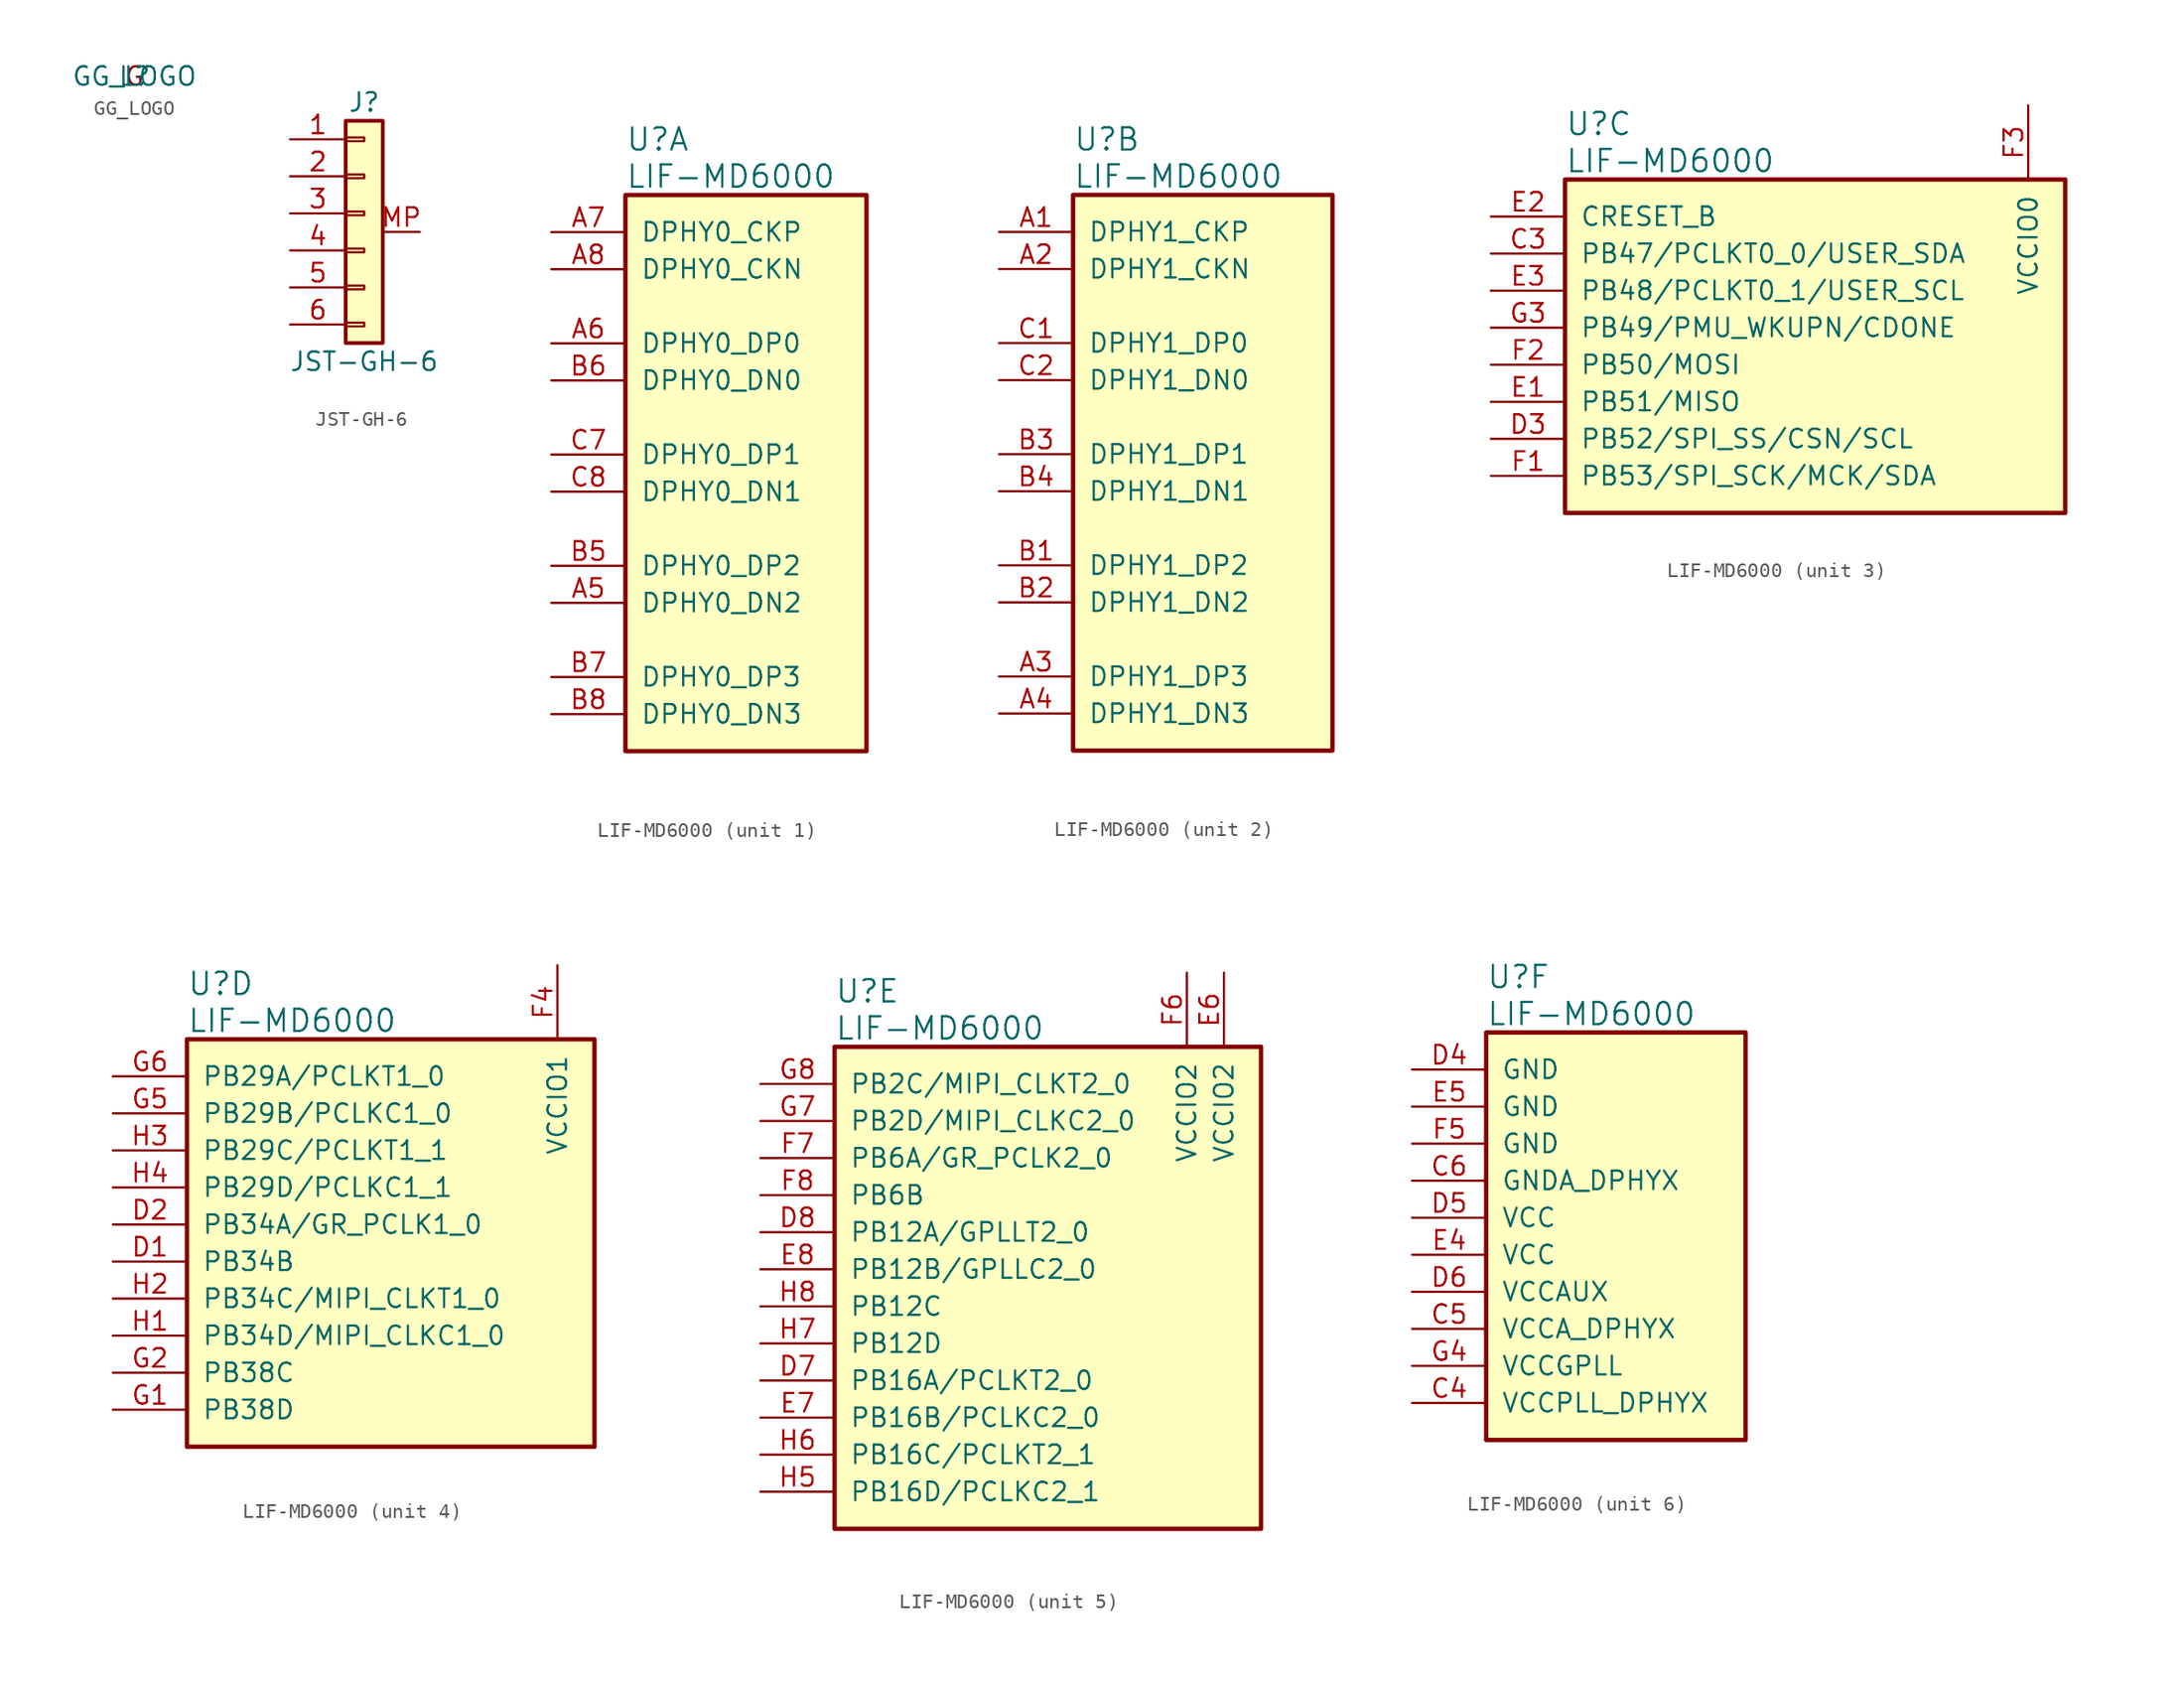
<source format=kicad_sym>
(kicad_symbol_lib
  (version 20201005)
  (generator kicad_symbol_editor)
  (symbol "kimchi_ulid:GG_LOGO"
    (pin_names
      (offset 1.016))
    (property "Reference" "L"
      (at 0 0 0)
      (effects (font (size 1.27 1.27))))
    (property "Value" "GG_LOGO"
      (at 0 0 0)
      (effects (font (size 1.27 1.27))))
    (symbol "GG_LOGO_0_0"
      (text "G" (at 0 0 0) (effects (font (size 1.27 1.27))))))
  (symbol "kimchi_ulid:JST-GH-6"
    (pin_names
      (offset 1.016) hide)
    (property "Reference" "J"
      (at 0 7.62 0)
      (effects (font (size 1.27 1.27))))
    (property "Value" "JST-GH-6"
      (at 0 -10.16 0)
      (effects (font (size 1.27 1.27))))
    (symbol "JST-GH-6_1_1"
      (rectangle (start -1.27 -7.493) (end 0 -7.747) (stroke (width 0.152)) (fill (type none)))
      (rectangle (start -1.27 -4.953) (end 0 -5.207) (stroke (width 0.152)) (fill (type none)))
      (rectangle (start -1.27 -2.413) (end 0 -2.667) (stroke (width 0.152)) (fill (type none)))
      (rectangle (start -1.27 0.127) (end 0 -0.127) (stroke (width 0.152)) (fill (type none)))
      (rectangle (start -1.27 2.667) (end 0 2.413) (stroke (width 0.152)) (fill (type none)))
      (rectangle (start -1.27 5.207) (end 0 4.953) (stroke (width 0.152)) (fill (type none)))
      (rectangle (start -1.27 6.35) (end 1.27 -8.89) (stroke (width 0.254)) (fill (type background)))
      (pin passive line (at -5.08 5.08 0) (length 3.81) (name "Pin_1" (effects (font (size 1.27 1.27)))) (number "1" (effects (font (size 1.27 1.27)))))
      (pin passive line (at -5.08 2.54 0) (length 3.81) (name "Pin_2" (effects (font (size 1.27 1.27)))) (number "2" (effects (font (size 1.27 1.27)))))
      (pin passive line (at -5.08 0 0) (length 3.81) (name "Pin_3" (effects (font (size 1.27 1.27)))) (number "3" (effects (font (size 1.27 1.27)))))
      (pin passive line (at -5.08 -2.54 0) (length 3.81) (name "Pin_4" (effects (font (size 1.27 1.27)))) (number "4" (effects (font (size 1.27 1.27)))))
      (pin passive line (at -5.08 -5.08 0) (length 3.81) (name "Pin_5" (effects (font (size 1.27 1.27)))) (number "5" (effects (font (size 1.27 1.27)))))
      (pin passive line (at -5.08 -7.62 0) (length 3.81) (name "Pin_6" (effects (font (size 1.27 1.27)))) (number "6" (effects (font (size 1.27 1.27)))))
      (pin passive line (at 3.81 -1.27 180) (length 2.54) (name "GND" (effects (font (size 1.27 1.27)))) (number "MP" (effects (font (size 1.27 1.27)))))))
  (symbol "kimchi_ulid:LIF-MD6000"
    (pin_names
      (offset 1.016))
    (property "Reference" "U"
      (at 5.08 6.35 0)
      (effects (font (size 1.524 1.524)) (justify left)))
    (property "Value" "LIF-MD6000"
      (at 5.08 3.81 0)
      (effects (font (size 1.524 1.524)) (justify left)))
    (property "ki_locked" ""
      (at 0 0 0)
      (effects (font (size 1.27 1.27))))
    (symbol "LIF-MD6000_1_1"
      (rectangle (start 5.08 2.54) (end 21.59 -35.56) (stroke (width 0.3)) (fill (type background)))
      (pin bidirectional line (at 0 -25.4 0) (length 5.08) (name "DPHY0_DN2" (effects (font (size 1.27 1.27)))) (number "A5" (effects (font (size 1.27 1.27)))))
      (pin bidirectional line (at 0 -7.62 0) (length 5.08) (name "DPHY0_DP0" (effects (font (size 1.27 1.27)))) (number "A6" (effects (font (size 1.27 1.27)))))
      (pin bidirectional line (at 0 0 0) (length 5.08) (name "DPHY0_CKP" (effects (font (size 1.27 1.27)))) (number "A7" (effects (font (size 1.27 1.27)))))
      (pin bidirectional line (at 0 -2.54 0) (length 5.08) (name "DPHY0_CKN" (effects (font (size 1.27 1.27)))) (number "A8" (effects (font (size 1.27 1.27)))))
      (pin bidirectional line (at 0 -22.86 0) (length 5.08) (name "DPHY0_DP2" (effects (font (size 1.27 1.27)))) (number "B5" (effects (font (size 1.27 1.27)))))
      (pin bidirectional line (at 0 -10.16 0) (length 5.08) (name "DPHY0_DN0" (effects (font (size 1.27 1.27)))) (number "B6" (effects (font (size 1.27 1.27)))))
      (pin bidirectional line (at 0 -30.48 0) (length 5.08) (name "DPHY0_DP3" (effects (font (size 1.27 1.27)))) (number "B7" (effects (font (size 1.27 1.27)))))
      (pin bidirectional line (at 0 -33.02 0) (length 5.08) (name "DPHY0_DN3" (effects (font (size 1.27 1.27)))) (number "B8" (effects (font (size 1.27 1.27)))))
      (pin bidirectional line (at 0 -15.24 0) (length 5.08) (name "DPHY0_DP1" (effects (font (size 1.27 1.27)))) (number "C7" (effects (font (size 1.27 1.27)))))
      (pin bidirectional line (at 0 -17.78 0) (length 5.08) (name "DPHY0_DN1" (effects (font (size 1.27 1.27)))) (number "C8" (effects (font (size 1.27 1.27))))))
    (symbol "LIF-MD6000_2_1"
      (rectangle (start 5.08 2.54) (end 22.86 -35.56) (stroke (width 0.3)) (fill (type background)))
      (pin bidirectional line (at 0 0 0) (length 5.08) (name "DPHY1_CKP" (effects (font (size 1.27 1.27)))) (number "A1" (effects (font (size 1.27 1.27)))))
      (pin bidirectional line (at 0 -2.54 0) (length 5.08) (name "DPHY1_CKN" (effects (font (size 1.27 1.27)))) (number "A2" (effects (font (size 1.27 1.27)))))
      (pin bidirectional line (at 0 -30.48 0) (length 5.08) (name "DPHY1_DP3" (effects (font (size 1.27 1.27)))) (number "A3" (effects (font (size 1.27 1.27)))))
      (pin bidirectional line (at 0 -33.02 0) (length 5.08) (name "DPHY1_DN3" (effects (font (size 1.27 1.27)))) (number "A4" (effects (font (size 1.27 1.27)))))
      (pin bidirectional line (at 0 -22.86 0) (length 5.08) (name "DPHY1_DP2" (effects (font (size 1.27 1.27)))) (number "B1" (effects (font (size 1.27 1.27)))))
      (pin bidirectional line (at 0 -25.4 0) (length 5.08) (name "DPHY1_DN2" (effects (font (size 1.27 1.27)))) (number "B2" (effects (font (size 1.27 1.27)))))
      (pin bidirectional line (at 0 -15.24 0) (length 5.08) (name "DPHY1_DP1" (effects (font (size 1.27 1.27)))) (number "B3" (effects (font (size 1.27 1.27)))))
      (pin bidirectional line (at 0 -17.78 0) (length 5.08) (name "DPHY1_DN1" (effects (font (size 1.27 1.27)))) (number "B4" (effects (font (size 1.27 1.27)))))
      (pin bidirectional line (at 0 -7.62 0) (length 5.08) (name "DPHY1_DP0" (effects (font (size 1.27 1.27)))) (number "C1" (effects (font (size 1.27 1.27)))))
      (pin bidirectional line (at 0 -10.16 0) (length 5.08) (name "DPHY1_DN0" (effects (font (size 1.27 1.27)))) (number "C2" (effects (font (size 1.27 1.27))))))
    (symbol "LIF-MD6000_3_1"
      (rectangle (start 5.08 2.54) (end 39.37 -20.32) (stroke (width 0.3)) (fill (type background)))
      (pin bidirectional line (at 0 -2.54 0) (length 5.08) (name "PB47/PCLKT0_0/USER_SDA" (effects (font (size 1.27 1.27)))) (number "C3" (effects (font (size 1.27 1.27)))))
      (pin bidirectional line (at 0 -15.24 0) (length 5.08) (name "PB52/SPI_SS/CSN/SCL" (effects (font (size 1.27 1.27)))) (number "D3" (effects (font (size 1.27 1.27)))))
      (pin bidirectional line (at 0 -12.7 0) (length 5.08) (name "PB51/MISO" (effects (font (size 1.27 1.27)))) (number "E1" (effects (font (size 1.27 1.27)))))
      (pin bidirectional line (at 0 0 0) (length 5.08) (name "CRESET_B" (effects (font (size 1.27 1.27)))) (number "E2" (effects (font (size 1.27 1.27)))))
      (pin bidirectional line (at 0 -5.08 0) (length 5.08) (name "PB48/PCLKT0_1/USER_SCL" (effects (font (size 1.27 1.27)))) (number "E3" (effects (font (size 1.27 1.27)))))
      (pin bidirectional line (at 0 -17.78 0) (length 5.08) (name "PB53/SPI_SCK/MCK/SDA" (effects (font (size 1.27 1.27)))) (number "F1" (effects (font (size 1.27 1.27)))))
      (pin bidirectional line (at 0 -10.16 0) (length 5.08) (name "PB50/MOSI" (effects (font (size 1.27 1.27)))) (number "F2" (effects (font (size 1.27 1.27)))))
      (pin bidirectional line (at 36.83 7.62 270) (length 5.08) (name "VCCIO0" (effects (font (size 1.27 1.27)))) (number "F3" (effects (font (size 1.27 1.27)))))
      (pin bidirectional line (at 0 -7.62 0) (length 5.08) (name "PB49/PMU_WKUPN/CDONE" (effects (font (size 1.27 1.27)))) (number "G3" (effects (font (size 1.27 1.27))))))
    (symbol "LIF-MD6000_4_1"
      (rectangle (start 5.08 2.54) (end 33.02 -25.4) (stroke (width 0.3)) (fill (type background)))
      (pin bidirectional line (at 0 -12.7 0) (length 5.08) (name "PB34B" (effects (font (size 1.27 1.27)))) (number "D1" (effects (font (size 1.27 1.27)))))
      (pin bidirectional line (at 0 -10.16 0) (length 5.08) (name "PB34A/GR_PCLK1_0" (effects (font (size 1.27 1.27)))) (number "D2" (effects (font (size 1.27 1.27)))))
      (pin bidirectional line (at 30.48 7.62 270) (length 5.08) (name "VCCIO1" (effects (font (size 1.27 1.27)))) (number "F4" (effects (font (size 1.27 1.27)))))
      (pin bidirectional line (at 0 -22.86 0) (length 5.08) (name "PB38D" (effects (font (size 1.27 1.27)))) (number "G1" (effects (font (size 1.27 1.27)))))
      (pin bidirectional line (at 0 -20.32 0) (length 5.08) (name "PB38C" (effects (font (size 1.27 1.27)))) (number "G2" (effects (font (size 1.27 1.27)))))
      (pin bidirectional line (at 0 -2.54 0) (length 5.08) (name "PB29B/PCLKC1_0" (effects (font (size 1.27 1.27)))) (number "G5" (effects (font (size 1.27 1.27)))))
      (pin bidirectional line (at 0 0 0) (length 5.08) (name "PB29A/PCLKT1_0" (effects (font (size 1.27 1.27)))) (number "G6" (effects (font (size 1.27 1.27)))))
      (pin bidirectional line (at 0 -17.78 0) (length 5.08) (name "PB34D/MIPI_CLKC1_0" (effects (font (size 1.27 1.27)))) (number "H1" (effects (font (size 1.27 1.27)))))
      (pin bidirectional line (at 0 -15.24 0) (length 5.08) (name "PB34C/MIPI_CLKT1_0" (effects (font (size 1.27 1.27)))) (number "H2" (effects (font (size 1.27 1.27)))))
      (pin bidirectional line (at 0 -5.08 0) (length 5.08) (name "PB29C/PCLKT1_1" (effects (font (size 1.27 1.27)))) (number "H3" (effects (font (size 1.27 1.27)))))
      (pin bidirectional line (at 0 -7.62 0) (length 5.08) (name "PB29D/PCLKC1_1" (effects (font (size 1.27 1.27)))) (number "H4" (effects (font (size 1.27 1.27))))))
    (symbol "LIF-MD6000_5_1"
      (rectangle (start 5.08 2.54) (end 34.29 -30.48) (stroke (width 0.3)) (fill (type background)))
      (pin bidirectional line (at 0 -20.32 0) (length 5.08) (name "PB16A/PCLKT2_0" (effects (font (size 1.27 1.27)))) (number "D7" (effects (font (size 1.27 1.27)))))
      (pin bidirectional line (at 0 -10.16 0) (length 5.08) (name "PB12A/GPLLT2_0" (effects (font (size 1.27 1.27)))) (number "D8" (effects (font (size 1.27 1.27)))))
      (pin bidirectional line (at 31.75 7.62 270) (length 5.08) (name "VCCIO2" (effects (font (size 1.27 1.27)))) (number "E6" (effects (font (size 1.27 1.27)))))
      (pin bidirectional line (at 0 -22.86 0) (length 5.08) (name "PB16B/PCLKC2_0" (effects (font (size 1.27 1.27)))) (number "E7" (effects (font (size 1.27 1.27)))))
      (pin bidirectional line (at 0 -12.7 0) (length 5.08) (name "PB12B/GPLLC2_0" (effects (font (size 1.27 1.27)))) (number "E8" (effects (font (size 1.27 1.27)))))
      (pin bidirectional line (at 29.21 7.62 270) (length 5.08) (name "VCCIO2" (effects (font (size 1.27 1.27)))) (number "F6" (effects (font (size 1.27 1.27)))))
      (pin bidirectional line (at 0 -5.08 0) (length 5.08) (name "PB6A/GR_PCLK2_0" (effects (font (size 1.27 1.27)))) (number "F7" (effects (font (size 1.27 1.27)))))
      (pin bidirectional line (at 0 -7.62 0) (length 5.08) (name "PB6B" (effects (font (size 1.27 1.27)))) (number "F8" (effects (font (size 1.27 1.27)))))
      (pin bidirectional line (at 0 -2.54 0) (length 5.08) (name "PB2D/MIPI_CLKC2_0" (effects (font (size 1.27 1.27)))) (number "G7" (effects (font (size 1.27 1.27)))))
      (pin bidirectional line (at 0 0 0) (length 5.08) (name "PB2C/MIPI_CLKT2_0" (effects (font (size 1.27 1.27)))) (number "G8" (effects (font (size 1.27 1.27)))))
      (pin bidirectional line (at 0 -27.94 0) (length 5.08) (name "PB16D/PCLKC2_1" (effects (font (size 1.27 1.27)))) (number "H5" (effects (font (size 1.27 1.27)))))
      (pin bidirectional line (at 0 -25.4 0) (length 5.08) (name "PB16C/PCLKT2_1" (effects (font (size 1.27 1.27)))) (number "H6" (effects (font (size 1.27 1.27)))))
      (pin bidirectional line (at 0 -17.78 0) (length 5.08) (name "PB12D" (effects (font (size 1.27 1.27)))) (number "H7" (effects (font (size 1.27 1.27)))))
      (pin bidirectional line (at 0 -15.24 0) (length 5.08) (name "PB12C" (effects (font (size 1.27 1.27)))) (number "H8" (effects (font (size 1.27 1.27))))))
    (symbol "LIF-MD6000_6_1"
      (rectangle (start 5.08 2.54) (end 22.86 -25.4) (stroke (width 0.3)) (fill (type background)))
      (pin bidirectional line (at 0 -22.86 0) (length 5.08) (name "VCCPLL_DPHYX" (effects (font (size 1.27 1.27)))) (number "C4" (effects (font (size 1.27 1.27)))))
      (pin bidirectional line (at 0 -17.78 0) (length 5.08) (name "VCCA_DPHYX" (effects (font (size 1.27 1.27)))) (number "C5" (effects (font (size 1.27 1.27)))))
      (pin bidirectional line (at 0 -7.62 0) (length 5.08) (name "GNDA_DPHYX" (effects (font (size 1.27 1.27)))) (number "C6" (effects (font (size 1.27 1.27)))))
      (pin bidirectional line (at 0 0 0) (length 5.08) (name "GND" (effects (font (size 1.27 1.27)))) (number "D4" (effects (font (size 1.27 1.27)))))
      (pin bidirectional line (at 0 -10.16 0) (length 5.08) (name "VCC" (effects (font (size 1.27 1.27)))) (number "D5" (effects (font (size 1.27 1.27)))))
      (pin bidirectional line (at 0 -15.24 0) (length 5.08) (name "VCCAUX" (effects (font (size 1.27 1.27)))) (number "D6" (effects (font (size 1.27 1.27)))))
      (pin bidirectional line (at 0 -12.7 0) (length 5.08) (name "VCC" (effects (font (size 1.27 1.27)))) (number "E4" (effects (font (size 1.27 1.27)))))
      (pin bidirectional line (at 0 -2.54 0) (length 5.08) (name "GND" (effects (font (size 1.27 1.27)))) (number "E5" (effects (font (size 1.27 1.27)))))
      (pin bidirectional line (at 0 -5.08 0) (length 5.08) (name "GND" (effects (font (size 1.27 1.27)))) (number "F5" (effects (font (size 1.27 1.27)))))
      (pin bidirectional line (at 0 -20.32 0) (length 5.08) (name "VCCGPLL" (effects (font (size 1.27 1.27)))) (number "G4" (effects (font (size 1.27 1.27))))))))
</source>
